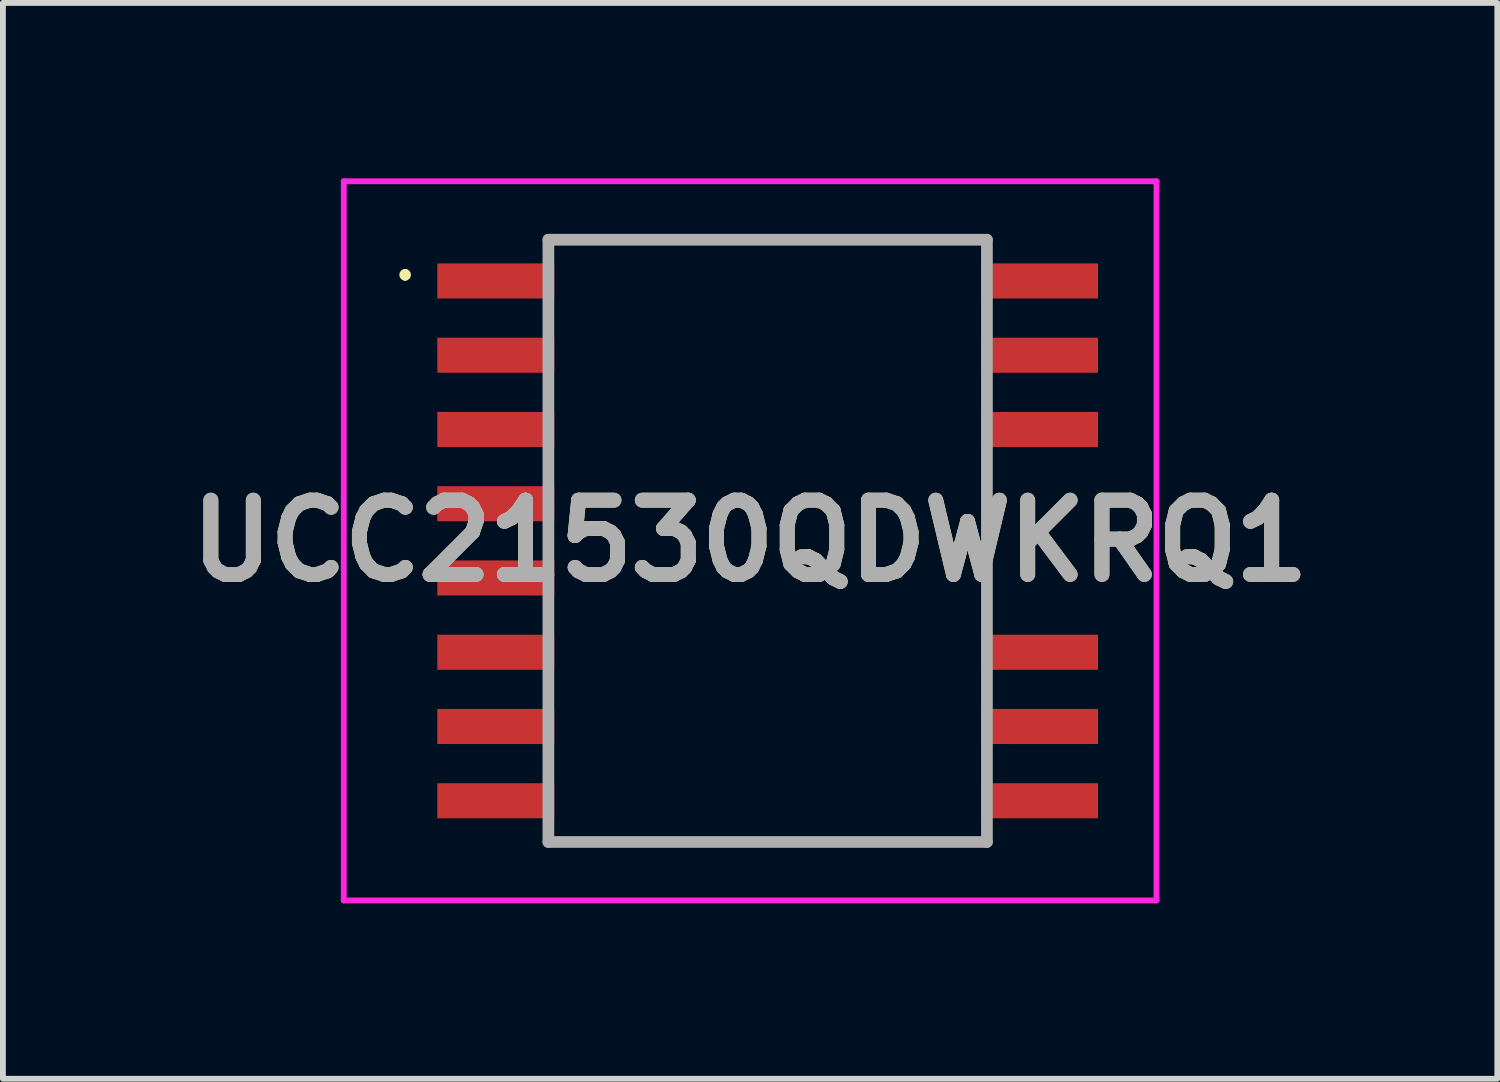
<source format=kicad_pcb>
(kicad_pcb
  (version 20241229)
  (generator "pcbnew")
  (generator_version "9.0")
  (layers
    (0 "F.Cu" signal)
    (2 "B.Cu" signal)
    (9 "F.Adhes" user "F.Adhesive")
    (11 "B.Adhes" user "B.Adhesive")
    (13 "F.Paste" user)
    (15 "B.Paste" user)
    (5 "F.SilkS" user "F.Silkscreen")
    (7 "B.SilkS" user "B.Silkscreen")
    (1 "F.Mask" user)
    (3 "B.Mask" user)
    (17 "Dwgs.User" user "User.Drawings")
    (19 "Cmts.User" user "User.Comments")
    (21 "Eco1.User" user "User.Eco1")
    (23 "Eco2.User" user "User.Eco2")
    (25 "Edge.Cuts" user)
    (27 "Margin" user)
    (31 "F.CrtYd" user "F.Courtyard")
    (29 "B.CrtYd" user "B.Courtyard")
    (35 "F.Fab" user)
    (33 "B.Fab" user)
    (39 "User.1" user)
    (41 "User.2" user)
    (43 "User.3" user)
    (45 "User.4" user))
  (footprint "UCC21530QDWKRQ1"
    (layer "F.Cu")
    (at 10.079 6.2)
    (property "Reference" "UCC21530QDWKRQ1" (at -0.3 0 0) (layer "F.SilkS") (effects (font (size 1.27 1.27) (thickness 0.254))))
    (attr smd)
    (fp_line (start -6.2 -4.6) (end -6.2 -4.6) (stroke (width 0.1) (type solid)) (layer "F.SilkS"))
    (fp_line (start -6.2 -4.5) (end -6.2 -4.5) (stroke (width 0.1) (type solid)) (layer "F.SilkS"))
    (fp_line (start -3.75 -5.15) (end 3.75 -5.15) (stroke (width 0.1) (type solid)) (layer "F.SilkS"))
    (fp_line (start -3.75 5.15) (end 3.75 5.15) (stroke (width 0.1) (type solid)) (layer "F.SilkS"))
    (fp_line (start 3.75 -1.4) (end 3.75 1.4) (stroke (width 0.1) (type solid)) (layer "F.SilkS"))
    (fp_arc (start -6.2 -4.6) (mid -6.15 -4.55) (end -6.2 -4.5) (stroke (width 0.1) (type solid)) (layer "F.SilkS"))
    (fp_arc (start -6.2 -4.5) (mid -6.25 -4.55) (end -6.2 -4.6) (stroke (width 0.1) (type solid)) (layer "F.SilkS"))
    (fp_line (start -7.25 -6.15) (end 6.65 -6.15) (stroke (width 0.1) (type solid)) (layer "F.CrtYd"))
    (fp_line (start -7.25 6.15) (end -7.25 -6.15) (stroke (width 0.1) (type solid)) (layer "F.CrtYd"))
    (fp_line (start 6.65 -6.15) (end 6.65 6.15) (stroke (width 0.1) (type solid)) (layer "F.CrtYd"))
    (fp_line (start 6.65 6.15) (end -7.25 6.15) (stroke (width 0.1) (type solid)) (layer "F.CrtYd"))
    (fp_line (start -3.75 -5.15) (end 3.75 -5.15) (stroke (width 0.2) (type solid)) (layer "F.Fab"))
    (fp_line (start -3.75 5.15) (end -3.75 -5.15) (stroke (width 0.2) (type solid)) (layer "F.Fab"))
    (fp_line (start 3.75 -5.15) (end 3.75 5.15) (stroke (width 0.2) (type solid)) (layer "F.Fab"))
    (fp_line (start 3.75 5.15) (end -3.75 5.15) (stroke (width 0.2) (type solid)) (layer "F.Fab"))
    (fp_text user "${REFERENCE}" (at -0.3 0 0) (layer "F.Fab") (effects (font (size 1.27 1.27) (thickness 0.254))))
    (pad "1" smd rect (at -4.65 -4.445 90) (size 0.6 2) (layers "F.Cu" "F.Mask" "F.Paste"))
    (pad "2" smd rect (at -4.65 -3.175 90) (size 0.6 2) (layers "F.Cu" "F.Mask" "F.Paste"))
    (pad "3" smd rect (at -4.65 -1.905 90) (size 0.6 2) (layers "F.Cu" "F.Mask" "F.Paste"))
    (pad "4" smd rect (at -4.65 -0.635 90) (size 0.6 2) (layers "F.Cu" "F.Mask" "F.Paste"))
    (pad "5" smd rect (at -4.65 0.635 90) (size 0.6 2) (layers "F.Cu" "F.Mask" "F.Paste"))
    (pad "6" smd rect (at -4.65 1.905 90) (size 0.6 2) (layers "F.Cu" "F.Mask" "F.Paste"))
    (pad "7" smd rect (at -4.65 3.175 90) (size 0.6 2) (layers "F.Cu" "F.Mask" "F.Paste"))
    (pad "8" smd rect (at -4.65 4.445 90) (size 0.6 2) (layers "F.Cu" "F.Mask" "F.Paste"))
    (pad "9" smd rect (at 4.65 4.445 90) (size 0.6 2) (layers "F.Cu" "F.Mask" "F.Paste"))
    (pad "10" smd rect (at 4.65 3.175 90) (size 0.6 2) (layers "F.Cu" "F.Mask" "F.Paste"))
    (pad "11" smd rect (at 4.65 1.905 90) (size 0.6 2) (layers "F.Cu" "F.Mask" "F.Paste"))
    (pad "14" smd rect (at 4.65 -1.905 90) (size 0.6 2) (layers "F.Cu" "F.Mask" "F.Paste"))
    (pad "15" smd rect (at 4.65 -3.175 90) (size 0.6 2) (layers "F.Cu" "F.Mask" "F.Paste"))
    (pad "16" smd rect (at 4.65 -4.445 90) (size 0.6 2) (layers "F.Cu" "F.Mask" "F.Paste")))
  (gr_rect
    (start -3 -3)
    (end 22.558 15.4)
    (stroke (width 0.1) (type default))
    (fill no)
    (layer "Edge.Cuts")))
</source>
